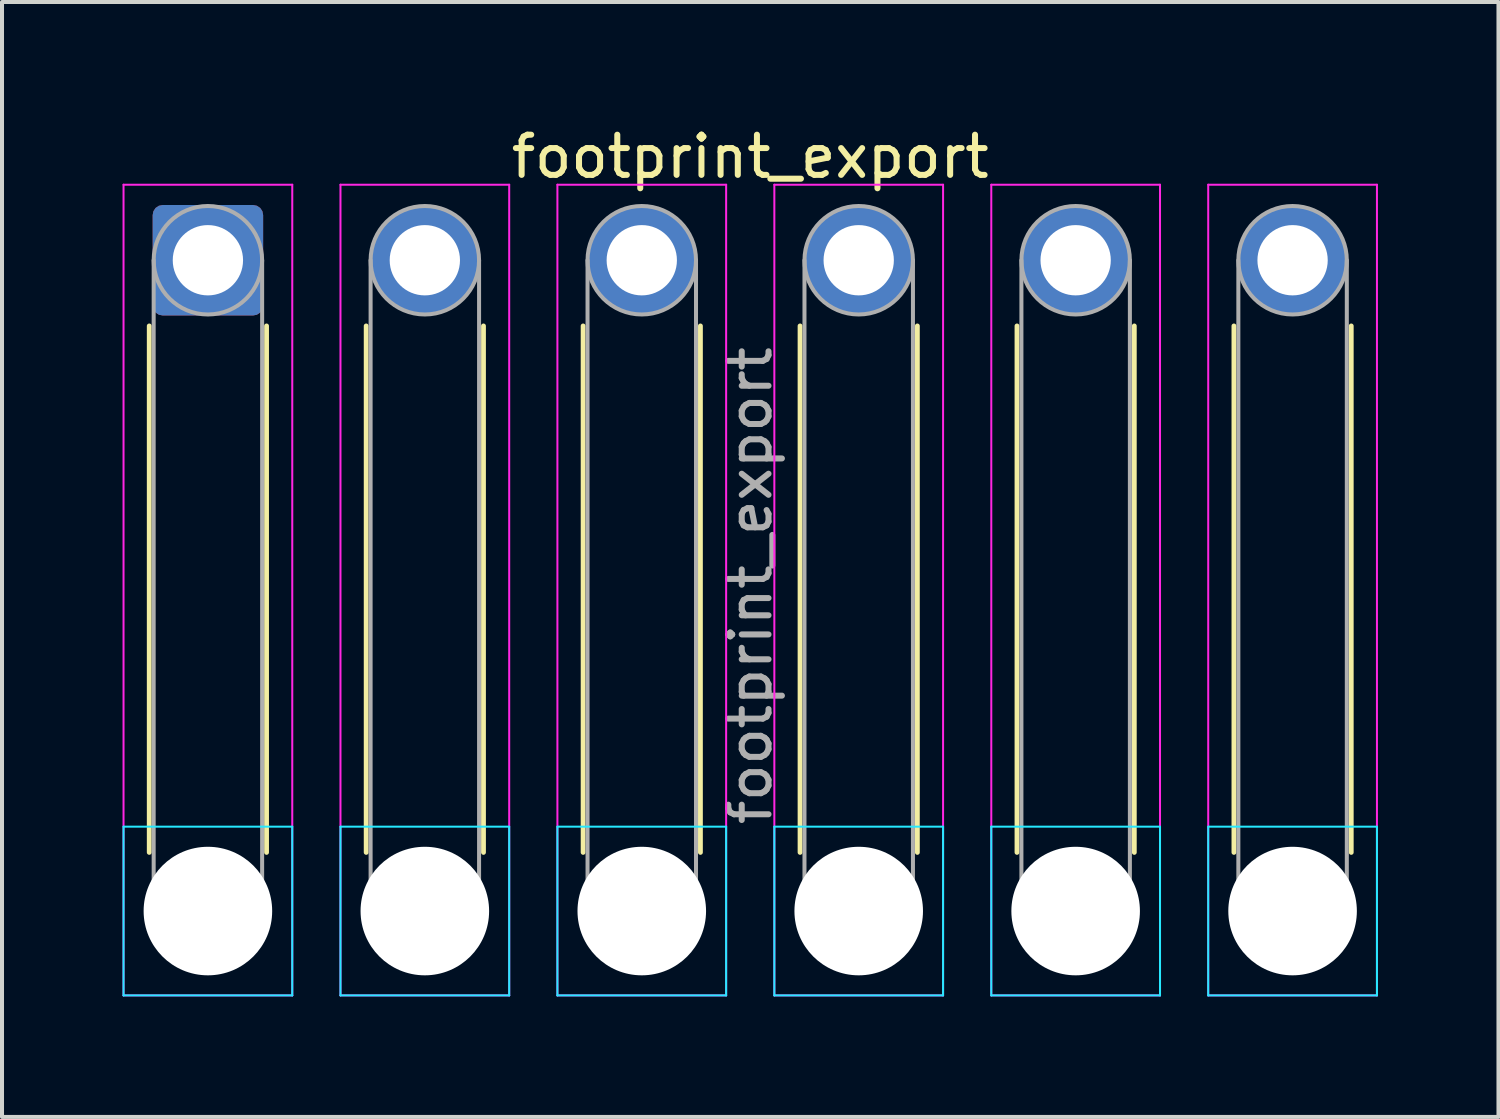
<source format=kicad_pcb>
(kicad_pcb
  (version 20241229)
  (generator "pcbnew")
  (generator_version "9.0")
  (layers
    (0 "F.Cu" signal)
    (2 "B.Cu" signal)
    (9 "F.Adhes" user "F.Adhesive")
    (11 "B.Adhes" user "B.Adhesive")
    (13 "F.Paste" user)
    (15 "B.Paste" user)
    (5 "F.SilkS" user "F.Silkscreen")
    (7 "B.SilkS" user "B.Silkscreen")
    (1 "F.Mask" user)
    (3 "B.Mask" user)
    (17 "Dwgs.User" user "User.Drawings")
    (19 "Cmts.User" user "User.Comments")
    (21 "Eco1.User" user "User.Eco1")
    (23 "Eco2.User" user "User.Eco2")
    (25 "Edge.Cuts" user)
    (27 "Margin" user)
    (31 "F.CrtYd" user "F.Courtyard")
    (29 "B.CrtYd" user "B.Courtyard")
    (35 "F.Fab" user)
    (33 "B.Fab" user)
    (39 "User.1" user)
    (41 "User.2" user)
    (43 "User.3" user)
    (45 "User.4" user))
  (footprint "footprint_export"
    (layer "F.Cu")
    (at 2.125 3.428)
    (property "Reference" "footprint_export" (at 13.5 -2.58 0) (layer "F.SilkS") (effects (font (size 1 1) (thickness 0.15))))
    (attr exclude_from_pos_files exclude_from_bom)
    (fp_line (start -1.46 1.635) (end -1.46 14.74) (stroke (width 0.12) (type solid)) (layer "F.SilkS"))
    (fp_line (start 1.46 1.635) (end 1.46 14.74) (stroke (width 0.12) (type solid)) (layer "F.SilkS"))
    (fp_line (start 3.94 1.635) (end 3.94 14.74) (stroke (width 0.12) (type solid)) (layer "F.SilkS"))
    (fp_line (start 6.86 1.635) (end 6.86 14.74) (stroke (width 0.12) (type solid)) (layer "F.SilkS"))
    (fp_line (start 9.34 1.635) (end 9.34 14.74) (stroke (width 0.12) (type solid)) (layer "F.SilkS"))
    (fp_line (start 12.26 1.635) (end 12.26 14.74) (stroke (width 0.12) (type solid)) (layer "F.SilkS"))
    (fp_line (start 14.74 1.635) (end 14.74 14.74) (stroke (width 0.12) (type solid)) (layer "F.SilkS"))
    (fp_line (start 17.66 1.635) (end 17.66 14.74) (stroke (width 0.12) (type solid)) (layer "F.SilkS"))
    (fp_line (start 20.14 1.635) (end 20.14 14.74) (stroke (width 0.12) (type solid)) (layer "F.SilkS"))
    (fp_line (start 23.06 1.635) (end 23.06 14.74) (stroke (width 0.12) (type solid)) (layer "F.SilkS"))
    (fp_line (start 25.54 1.635) (end 25.54 14.74) (stroke (width 0.12) (type solid)) (layer "F.SilkS"))
    (fp_line (start 28.46 1.635) (end 28.46 14.74) (stroke (width 0.12) (type solid)) (layer "F.SilkS"))
    (fp_line (start -2.1 14.1) (end -2.1 18.3) (stroke (width 0.05) (type solid)) (layer "B.CrtYd"))
    (fp_line (start -2.1 18.3) (end 2.1 18.3) (stroke (width 0.05) (type solid)) (layer "B.CrtYd"))
    (fp_line (start 2.1 14.1) (end -2.1 14.1) (stroke (width 0.05) (type solid)) (layer "B.CrtYd"))
    (fp_line (start 2.1 18.3) (end 2.1 14.1) (stroke (width 0.05) (type solid)) (layer "B.CrtYd"))
    (fp_line (start 3.3 14.1) (end 3.3 18.3) (stroke (width 0.05) (type solid)) (layer "B.CrtYd"))
    (fp_line (start 3.3 18.3) (end 7.5 18.3) (stroke (width 0.05) (type solid)) (layer "B.CrtYd"))
    (fp_line (start 7.5 14.1) (end 3.3 14.1) (stroke (width 0.05) (type solid)) (layer "B.CrtYd"))
    (fp_line (start 7.5 18.3) (end 7.5 14.1) (stroke (width 0.05) (type solid)) (layer "B.CrtYd"))
    (fp_line (start 8.7 14.1) (end 8.7 18.3) (stroke (width 0.05) (type solid)) (layer "B.CrtYd"))
    (fp_line (start 8.7 18.3) (end 12.9 18.3) (stroke (width 0.05) (type solid)) (layer "B.CrtYd"))
    (fp_line (start 12.9 14.1) (end 8.7 14.1) (stroke (width 0.05) (type solid)) (layer "B.CrtYd"))
    (fp_line (start 12.9 18.3) (end 12.9 14.1) (stroke (width 0.05) (type solid)) (layer "B.CrtYd"))
    (fp_line (start 14.1 14.1) (end 14.1 18.3) (stroke (width 0.05) (type solid)) (layer "B.CrtYd"))
    (fp_line (start 14.1 18.3) (end 18.3 18.3) (stroke (width 0.05) (type solid)) (layer "B.CrtYd"))
    (fp_line (start 18.3 14.1) (end 14.1 14.1) (stroke (width 0.05) (type solid)) (layer "B.CrtYd"))
    (fp_line (start 18.3 18.3) (end 18.3 14.1) (stroke (width 0.05) (type solid)) (layer "B.CrtYd"))
    (fp_line (start 19.5 14.1) (end 19.5 18.3) (stroke (width 0.05) (type solid)) (layer "B.CrtYd"))
    (fp_line (start 19.5 18.3) (end 23.7 18.3) (stroke (width 0.05) (type solid)) (layer "B.CrtYd"))
    (fp_line (start 23.7 14.1) (end 19.5 14.1) (stroke (width 0.05) (type solid)) (layer "B.CrtYd"))
    (fp_line (start 23.7 18.3) (end 23.7 14.1) (stroke (width 0.05) (type solid)) (layer "B.CrtYd"))
    (fp_line (start 24.9 14.1) (end 24.9 18.3) (stroke (width 0.05) (type solid)) (layer "B.CrtYd"))
    (fp_line (start 24.9 18.3) (end 29.1 18.3) (stroke (width 0.05) (type solid)) (layer "B.CrtYd"))
    (fp_line (start 29.1 14.1) (end 24.9 14.1) (stroke (width 0.05) (type solid)) (layer "B.CrtYd"))
    (fp_line (start 29.1 18.3) (end 29.1 14.1) (stroke (width 0.05) (type solid)) (layer "B.CrtYd"))
    (fp_line (start -2.1 -1.88) (end -2.1 18.3) (stroke (width 0.05) (type solid)) (layer "F.CrtYd"))
    (fp_line (start -2.1 18.3) (end 2.1 18.3) (stroke (width 0.05) (type solid)) (layer "F.CrtYd"))
    (fp_line (start 2.1 -1.88) (end -2.1 -1.88) (stroke (width 0.05) (type solid)) (layer "F.CrtYd"))
    (fp_line (start 2.1 18.3) (end 2.1 -1.88) (stroke (width 0.05) (type solid)) (layer "F.CrtYd"))
    (fp_line (start 3.3 -1.88) (end 3.3 18.3) (stroke (width 0.05) (type solid)) (layer "F.CrtYd"))
    (fp_line (start 3.3 18.3) (end 7.5 18.3) (stroke (width 0.05) (type solid)) (layer "F.CrtYd"))
    (fp_line (start 7.5 -1.88) (end 3.3 -1.88) (stroke (width 0.05) (type solid)) (layer "F.CrtYd"))
    (fp_line (start 7.5 18.3) (end 7.5 -1.88) (stroke (width 0.05) (type solid)) (layer "F.CrtYd"))
    (fp_line (start 8.7 -1.88) (end 8.7 18.3) (stroke (width 0.05) (type solid)) (layer "F.CrtYd"))
    (fp_line (start 8.7 18.3) (end 12.9 18.3) (stroke (width 0.05) (type solid)) (layer "F.CrtYd"))
    (fp_line (start 12.9 -1.88) (end 8.7 -1.88) (stroke (width 0.05) (type solid)) (layer "F.CrtYd"))
    (fp_line (start 12.9 18.3) (end 12.9 -1.88) (stroke (width 0.05) (type solid)) (layer "F.CrtYd"))
    (fp_line (start 14.1 -1.88) (end 14.1 18.3) (stroke (width 0.05) (type solid)) (layer "F.CrtYd"))
    (fp_line (start 14.1 18.3) (end 18.3 18.3) (stroke (width 0.05) (type solid)) (layer "F.CrtYd"))
    (fp_line (start 18.3 -1.88) (end 14.1 -1.88) (stroke (width 0.05) (type solid)) (layer "F.CrtYd"))
    (fp_line (start 18.3 18.3) (end 18.3 -1.88) (stroke (width 0.05) (type solid)) (layer "F.CrtYd"))
    (fp_line (start 19.5 -1.88) (end 19.5 18.3) (stroke (width 0.05) (type solid)) (layer "F.CrtYd"))
    (fp_line (start 19.5 18.3) (end 23.7 18.3) (stroke (width 0.05) (type solid)) (layer "F.CrtYd"))
    (fp_line (start 23.7 -1.88) (end 19.5 -1.88) (stroke (width 0.05) (type solid)) (layer "F.CrtYd"))
    (fp_line (start 23.7 18.3) (end 23.7 -1.88) (stroke (width 0.05) (type solid)) (layer "F.CrtYd"))
    (fp_line (start 24.9 -1.88) (end 24.9 18.3) (stroke (width 0.05) (type solid)) (layer "F.CrtYd"))
    (fp_line (start 24.9 18.3) (end 29.1 18.3) (stroke (width 0.05) (type solid)) (layer "F.CrtYd"))
    (fp_line (start 29.1 -1.88) (end 24.9 -1.88) (stroke (width 0.05) (type solid)) (layer "F.CrtYd"))
    (fp_line (start 29.1 18.3) (end 29.1 -1.88) (stroke (width 0.05) (type solid)) (layer "F.CrtYd"))
    (fp_line (start -1.35 0) (end -1.35 16.2) (stroke (width 0.1) (type solid)) (layer "F.Fab"))
    (fp_line (start 1.35 0) (end 1.35 16.2) (stroke (width 0.1) (type solid)) (layer "F.Fab"))
    (fp_line (start 4.05 0) (end 4.05 16.2) (stroke (width 0.1) (type solid)) (layer "F.Fab"))
    (fp_line (start 6.75 0) (end 6.75 16.2) (stroke (width 0.1) (type solid)) (layer "F.Fab"))
    (fp_line (start 9.45 0) (end 9.45 16.2) (stroke (width 0.1) (type solid)) (layer "F.Fab"))
    (fp_line (start 12.15 0) (end 12.15 16.2) (stroke (width 0.1) (type solid)) (layer "F.Fab"))
    (fp_line (start 14.85 0) (end 14.85 16.2) (stroke (width 0.1) (type solid)) (layer "F.Fab"))
    (fp_line (start 17.55 0) (end 17.55 16.2) (stroke (width 0.1) (type solid)) (layer "F.Fab"))
    (fp_line (start 20.25 0) (end 20.25 16.2) (stroke (width 0.1) (type solid)) (layer "F.Fab"))
    (fp_line (start 22.95 0) (end 22.95 16.2) (stroke (width 0.1) (type solid)) (layer "F.Fab"))
    (fp_line (start 25.65 0) (end 25.65 16.2) (stroke (width 0.1) (type solid)) (layer "F.Fab"))
    (fp_line (start 28.35 0) (end 28.35 16.2) (stroke (width 0.1) (type solid)) (layer "F.Fab"))
    (fp_circle (center 0 0) (end 1.35 0) (stroke (width 0.1) (type solid)) (fill no) (layer "F.Fab"))
    (fp_circle (center 0 16.2) (end 1.35 16.2) (stroke (width 0.1) (type solid)) (fill no) (layer "F.Fab"))
    (fp_circle (center 5.4 0) (end 6.75 0) (stroke (width 0.1) (type solid)) (fill no) (layer "F.Fab"))
    (fp_circle (center 5.4 16.2) (end 6.75 16.2) (stroke (width 0.1) (type solid)) (fill no) (layer "F.Fab"))
    (fp_circle (center 10.8 0) (end 12.15 0) (stroke (width 0.1) (type solid)) (fill no) (layer "F.Fab"))
    (fp_circle (center 10.8 16.2) (end 12.15 16.2) (stroke (width 0.1) (type solid)) (fill no) (layer "F.Fab"))
    (fp_circle (center 16.2 0) (end 17.55 0) (stroke (width 0.1) (type solid)) (fill no) (layer "F.Fab"))
    (fp_circle (center 16.2 16.2) (end 17.55 16.2) (stroke (width 0.1) (type solid)) (fill no) (layer "F.Fab"))
    (fp_circle (center 21.6 0) (end 22.95 0) (stroke (width 0.1) (type solid)) (fill no) (layer "F.Fab"))
    (fp_circle (center 21.6 16.2) (end 22.95 16.2) (stroke (width 0.1) (type solid)) (fill no) (layer "F.Fab"))
    (fp_circle (center 27 0) (end 28.35 0) (stroke (width 0.1) (type solid)) (fill no) (layer "F.Fab"))
    (fp_circle (center 27 16.2) (end 28.35 16.2) (stroke (width 0.1) (type solid)) (fill no) (layer "F.Fab"))
    (fp_text user "${REFERENCE}" (at 13.5 8.1 90) (layer "F.Fab") (effects (font (size 1 1) (thickness 0.15))))
    (pad "" np_thru_hole circle (at 0 16.2) (size 3.2 3.2) (drill 3.2) (layers "*.Cu" "*.Mask"))
    (pad "" np_thru_hole circle (at 5.4 16.2) (size 3.2 3.2) (drill 3.2) (layers "*.Cu" "*.Mask"))
    (pad "" np_thru_hole circle (at 10.8 16.2) (size 3.2 3.2) (drill 3.2) (layers "*.Cu" "*.Mask"))
    (pad "" np_thru_hole circle (at 16.2 16.2) (size 3.2 3.2) (drill 3.2) (layers "*.Cu" "*.Mask"))
    (pad "" np_thru_hole circle (at 21.6 16.2) (size 3.2 3.2) (drill 3.2) (layers "*.Cu" "*.Mask"))
    (pad "" np_thru_hole circle (at 27 16.2) (size 3.2 3.2) (drill 3.2) (layers "*.Cu" "*.Mask"))
    (pad "1" thru_hole roundrect (at 0 0) (size 2.75 2.75) (drill 1.75) (layers "*.Cu" "*.Mask") (roundrect_rratio 0.091))
    (pad "2" thru_hole circle (at 5.4 0) (size 2.75 2.75) (drill 1.75) (layers "*.Cu" "*.Mask"))
    (pad "3" thru_hole circle (at 10.8 0) (size 2.75 2.75) (drill 1.75) (layers "*.Cu" "*.Mask"))
    (pad "4" thru_hole circle (at 16.2 0) (size 2.75 2.75) (drill 1.75) (layers "*.Cu" "*.Mask"))
    (pad "5" thru_hole circle (at 21.6 0) (size 2.75 2.75) (drill 1.75) (layers "*.Cu" "*.Mask"))
    (pad "6" thru_hole circle (at 27 0) (size 2.75 2.75) (drill 1.75) (layers "*.Cu" "*.Mask")))
  (gr_rect
    (start -3 -3)
    (end 34.25 24.753)
    (stroke (width 0.1) (type default))
    (fill no)
    (layer "Edge.Cuts")))
</source>
